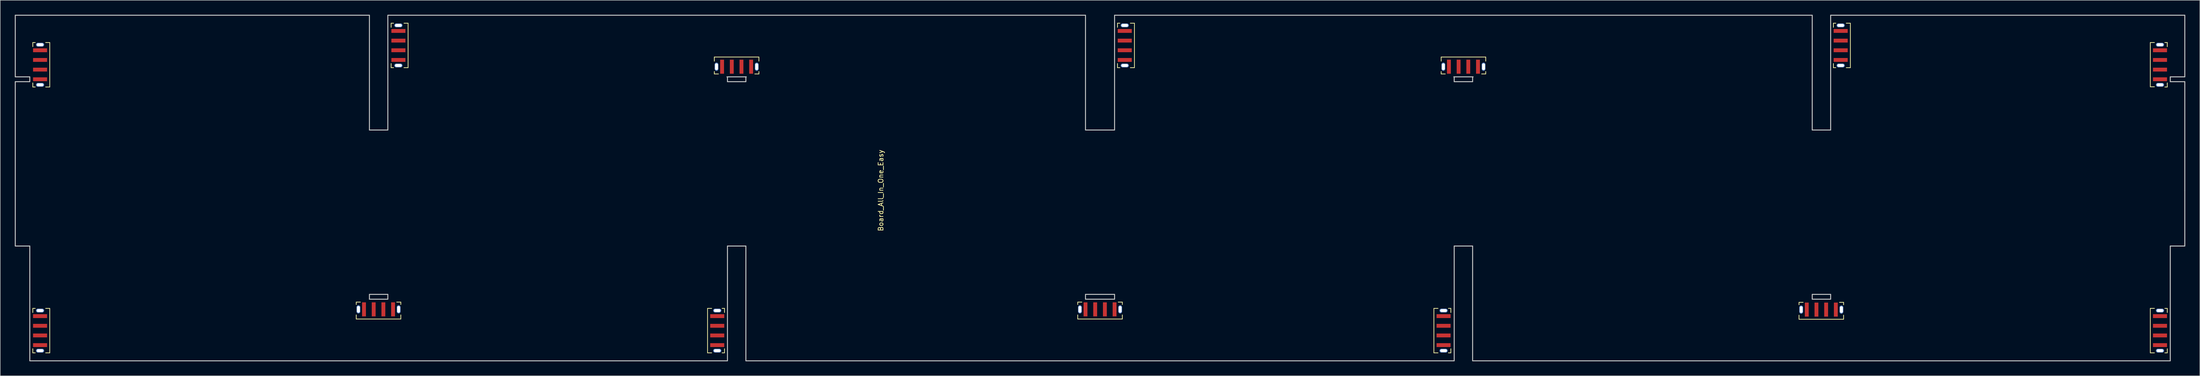
<source format=kicad_pcb>
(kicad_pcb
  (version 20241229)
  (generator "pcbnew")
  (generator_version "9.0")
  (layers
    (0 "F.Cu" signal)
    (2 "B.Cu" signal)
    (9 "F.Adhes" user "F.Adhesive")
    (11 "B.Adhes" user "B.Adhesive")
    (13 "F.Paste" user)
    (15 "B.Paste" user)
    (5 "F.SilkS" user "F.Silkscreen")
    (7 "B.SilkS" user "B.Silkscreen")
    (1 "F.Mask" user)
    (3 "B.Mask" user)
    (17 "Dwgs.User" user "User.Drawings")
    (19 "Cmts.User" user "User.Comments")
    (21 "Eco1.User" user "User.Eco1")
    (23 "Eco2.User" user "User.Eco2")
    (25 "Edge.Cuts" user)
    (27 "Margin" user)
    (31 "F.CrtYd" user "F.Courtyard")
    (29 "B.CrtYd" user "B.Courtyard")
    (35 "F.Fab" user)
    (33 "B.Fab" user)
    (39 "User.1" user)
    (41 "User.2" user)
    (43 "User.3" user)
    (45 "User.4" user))
  (footprint "Board_All_In_One_Easy"
    (layer "F.Cu")
    (at 223.97 35.85)
    (property "Reference" "Board_All_In_One_Easy" (at -45.25 0.5 90) (layer "F.SilkS") (effects (font (size 1 1) (thickness 0.153))))
    (attr through_hole)
    (fp_line (start -220.25 -30.1) (end -220.25 -29.25) (stroke (width 0.15) (type solid)) (layer "F.SilkS"))
    (fp_line (start -220.25 -21.75) (end -220.25 -20.9) (stroke (width 0.15) (type solid)) (layer "F.SilkS"))
    (fp_line (start -220.25 24.9) (end -220.25 25.75) (stroke (width 0.15) (type solid)) (layer "F.SilkS"))
    (fp_line (start -220.25 33.25) (end -220.25 34.1) (stroke (width 0.15) (type solid)) (layer "F.SilkS"))
    (fp_line (start -219.75 -30.1) (end -220.25 -30.1) (stroke (width 0.15) (type solid)) (layer "F.SilkS"))
    (fp_line (start -219.75 -20.9) (end -220.25 -20.9) (stroke (width 0.15) (type solid)) (layer "F.SilkS"))
    (fp_line (start -219.75 24.9) (end -220.25 24.9) (stroke (width 0.15) (type solid)) (layer "F.SilkS"))
    (fp_line (start -219.75 34.1) (end -220.25 34.1) (stroke (width 0.15) (type solid)) (layer "F.SilkS"))
    (fp_line (start -217.6 34.1) (end -216.75 34.1) (stroke (width 0.15) (type solid)) (layer "F.SilkS"))
    (fp_line (start -216.75 -30.1) (end -217.6 -30.1) (stroke (width 0.15) (type solid)) (layer "F.SilkS"))
    (fp_line (start -216.75 -30.1) (end -216.75 -20.9) (stroke (width 0.15) (type solid)) (layer "F.SilkS"))
    (fp_line (start -216.75 -20.9) (end -217.6 -20.9) (stroke (width 0.15) (type solid)) (layer "F.SilkS"))
    (fp_line (start -216.75 24.9) (end -217.6 24.9) (stroke (width 0.15) (type solid)) (layer "F.SilkS"))
    (fp_line (start -216.75 24.9) (end -216.75 34.1) (stroke (width 0.15) (type solid)) (layer "F.SilkS"))
    (fp_line (start -153.5 23.6) (end -152.65 23.6) (stroke (width 0.15) (type solid)) (layer "F.SilkS"))
    (fp_line (start -153.5 24.1) (end -153.5 23.6) (stroke (width 0.15) (type solid)) (layer "F.SilkS"))
    (fp_line (start -153.5 26.25) (end -153.5 27.1) (stroke (width 0.15) (type solid)) (layer "F.SilkS"))
    (fp_line (start -153.5 27.1) (end -144.3 27.1) (stroke (width 0.15) (type solid)) (layer "F.SilkS"))
    (fp_line (start -146.3 -34.1) (end -146.3 -33.25) (stroke (width 0.15) (type solid)) (layer "F.SilkS"))
    (fp_line (start -146.3 -25.75) (end -146.3 -24.9) (stroke (width 0.15) (type solid)) (layer "F.SilkS"))
    (fp_line (start -145.8 -34.1) (end -146.3 -34.1) (stroke (width 0.15) (type solid)) (layer "F.SilkS"))
    (fp_line (start -145.8 -24.9) (end -146.3 -24.9) (stroke (width 0.15) (type solid)) (layer "F.SilkS"))
    (fp_line (start -144.3 23.6) (end -145.15 23.6) (stroke (width 0.15) (type solid)) (layer "F.SilkS"))
    (fp_line (start -144.3 24.1) (end -144.3 23.6) (stroke (width 0.15) (type solid)) (layer "F.SilkS"))
    (fp_line (start -144.3 26.25) (end -144.3 27.1) (stroke (width 0.15) (type solid)) (layer "F.SilkS"))
    (fp_line (start -142.8 -34.1) (end -143.65 -34.1) (stroke (width 0.15) (type solid)) (layer "F.SilkS"))
    (fp_line (start -142.8 -34.1) (end -142.8 -24.9) (stroke (width 0.15) (type solid)) (layer "F.SilkS"))
    (fp_line (start -142.8 -24.9) (end -143.65 -24.9) (stroke (width 0.15) (type solid)) (layer "F.SilkS"))
    (fp_line (start -81 24.9) (end -81 34.1) (stroke (width 0.15) (type solid)) (layer "F.SilkS"))
    (fp_line (start -81 24.9) (end -80.15 24.9) (stroke (width 0.15) (type solid)) (layer "F.SilkS"))
    (fp_line (start -81 34.1) (end -80.15 34.1) (stroke (width 0.15) (type solid)) (layer "F.SilkS"))
    (fp_line (start -79.6 -27.1) (end -70.4 -27.1) (stroke (width 0.15) (type solid)) (layer "F.SilkS"))
    (fp_line (start -79.6 -26.25) (end -79.6 -27.1) (stroke (width 0.15) (type solid)) (layer "F.SilkS"))
    (fp_line (start -79.6 -23.6) (end -79.6 -24.1) (stroke (width 0.15) (type solid)) (layer "F.SilkS"))
    (fp_line (start -79.6 -23.6) (end -78.75 -23.6) (stroke (width 0.15) (type solid)) (layer "F.SilkS"))
    (fp_line (start -78 24.9) (end -77.5 24.9) (stroke (width 0.15) (type solid)) (layer "F.SilkS"))
    (fp_line (start -78 34.1) (end -77.5 34.1) (stroke (width 0.15) (type solid)) (layer "F.SilkS"))
    (fp_line (start -77.5 25.75) (end -77.5 24.9) (stroke (width 0.15) (type solid)) (layer "F.SilkS"))
    (fp_line (start -77.5 34.1) (end -77.5 33.25) (stroke (width 0.15) (type solid)) (layer "F.SilkS"))
    (fp_line (start -71.25 -23.6) (end -70.4 -23.6) (stroke (width 0.15) (type solid)) (layer "F.SilkS"))
    (fp_line (start -70.4 -27.1) (end -70.4 -26.25) (stroke (width 0.15) (type solid)) (layer "F.SilkS"))
    (fp_line (start -70.4 -24.1) (end -70.4 -23.6) (stroke (width 0.15) (type solid)) (layer "F.SilkS"))
    (fp_line (start -4.6 23.6) (end -3.75 23.6) (stroke (width 0.15) (type solid)) (layer "F.SilkS"))
    (fp_line (start -4.6 24.1) (end -4.6 23.6) (stroke (width 0.15) (type solid)) (layer "F.SilkS"))
    (fp_line (start -4.6 26.25) (end -4.6 27.1) (stroke (width 0.15) (type solid)) (layer "F.SilkS"))
    (fp_line (start -4.6 27.1) (end 4.6 27.1) (stroke (width 0.15) (type solid)) (layer "F.SilkS"))
    (fp_line (start 3.6 -34.1) (end 3.6 -33.25) (stroke (width 0.15) (type solid)) (layer "F.SilkS"))
    (fp_line (start 3.6 -25.75) (end 3.6 -24.9) (stroke (width 0.15) (type solid)) (layer "F.SilkS"))
    (fp_line (start 4.1 -34.1) (end 3.6 -34.1) (stroke (width 0.15) (type solid)) (layer "F.SilkS"))
    (fp_line (start 4.1 -24.9) (end 3.6 -24.9) (stroke (width 0.15) (type solid)) (layer "F.SilkS"))
    (fp_line (start 4.6 23.6) (end 3.75 23.6) (stroke (width 0.15) (type solid)) (layer "F.SilkS"))
    (fp_line (start 4.6 24.1) (end 4.6 23.6) (stroke (width 0.15) (type solid)) (layer "F.SilkS"))
    (fp_line (start 4.6 26.25) (end 4.6 27.1) (stroke (width 0.15) (type solid)) (layer "F.SilkS"))
    (fp_line (start 7.1 -34.1) (end 6.25 -34.1) (stroke (width 0.15) (type solid)) (layer "F.SilkS"))
    (fp_line (start 7.1 -24.9) (end 6.25 -24.9) (stroke (width 0.15) (type solid)) (layer "F.SilkS"))
    (fp_line (start 7.1 -24.9) (end 7.1 -34.1) (stroke (width 0.15) (type solid)) (layer "F.SilkS"))
    (fp_line (start 68.9 24.9) (end 68.9 34.1) (stroke (width 0.15) (type solid)) (layer "F.SilkS"))
    (fp_line (start 68.9 24.9) (end 69.75 24.9) (stroke (width 0.15) (type solid)) (layer "F.SilkS"))
    (fp_line (start 68.9 34.1) (end 69.75 34.1) (stroke (width 0.15) (type solid)) (layer "F.SilkS"))
    (fp_line (start 70.4 -27.1) (end 70.4 -26.25) (stroke (width 0.15) (type solid)) (layer "F.SilkS"))
    (fp_line (start 70.4 -27.1) (end 79.6 -27.1) (stroke (width 0.15) (type solid)) (layer "F.SilkS"))
    (fp_line (start 70.4 -24.1) (end 70.4 -23.6) (stroke (width 0.15) (type solid)) (layer "F.SilkS"))
    (fp_line (start 70.4 -23.6) (end 71.25 -23.6) (stroke (width 0.15) (type solid)) (layer "F.SilkS"))
    (fp_line (start 71.9 24.9) (end 72.4 24.9) (stroke (width 0.15) (type solid)) (layer "F.SilkS"))
    (fp_line (start 71.9 34.1) (end 72.4 34.1) (stroke (width 0.15) (type solid)) (layer "F.SilkS"))
    (fp_line (start 72.4 25.75) (end 72.4 24.9) (stroke (width 0.15) (type solid)) (layer "F.SilkS"))
    (fp_line (start 72.4 34.1) (end 72.4 33.25) (stroke (width 0.15) (type solid)) (layer "F.SilkS"))
    (fp_line (start 78.75 -23.6) (end 79.6 -23.6) (stroke (width 0.15) (type solid)) (layer "F.SilkS"))
    (fp_line (start 79.6 -27.1) (end 79.6 -26.25) (stroke (width 0.15) (type solid)) (layer "F.SilkS"))
    (fp_line (start 79.6 -24.1) (end 79.6 -23.6) (stroke (width 0.15) (type solid)) (layer "F.SilkS"))
    (fp_line (start 144.25 23.65) (end 145.1 23.65) (stroke (width 0.15) (type solid)) (layer "F.SilkS"))
    (fp_line (start 144.25 24.15) (end 144.25 23.65) (stroke (width 0.15) (type solid)) (layer "F.SilkS"))
    (fp_line (start 144.25 26.3) (end 144.25 27.15) (stroke (width 0.15) (type solid)) (layer "F.SilkS"))
    (fp_line (start 144.25 27.15) (end 153.45 27.15) (stroke (width 0.15) (type solid)) (layer "F.SilkS"))
    (fp_line (start 151.35 -34.1) (end 151.35 -33.25) (stroke (width 0.15) (type solid)) (layer "F.SilkS"))
    (fp_line (start 151.35 -34.1) (end 151.85 -34.1) (stroke (width 0.15) (type solid)) (layer "F.SilkS"))
    (fp_line (start 151.35 -25.75) (end 151.35 -24.9) (stroke (width 0.15) (type solid)) (layer "F.SilkS"))
    (fp_line (start 151.35 -24.9) (end 151.85 -24.9) (stroke (width 0.15) (type solid)) (layer "F.SilkS"))
    (fp_line (start 153.45 23.65) (end 152.6 23.65) (stroke (width 0.15) (type solid)) (layer "F.SilkS"))
    (fp_line (start 153.45 24.15) (end 153.45 23.65) (stroke (width 0.15) (type solid)) (layer "F.SilkS"))
    (fp_line (start 153.45 26.3) (end 153.45 27.15) (stroke (width 0.15) (type solid)) (layer "F.SilkS"))
    (fp_line (start 154.85 -34.1) (end 154 -34.1) (stroke (width 0.15) (type solid)) (layer "F.SilkS"))
    (fp_line (start 154.85 -34.1) (end 154.85 -24.9) (stroke (width 0.15) (type solid)) (layer "F.SilkS"))
    (fp_line (start 154.85 -24.9) (end 154 -24.9) (stroke (width 0.15) (type solid)) (layer "F.SilkS"))
    (fp_line (start 216.75 -30.1) (end 216.75 -20.94) (stroke (width 0.15) (type solid)) (layer "F.SilkS"))
    (fp_line (start 216.75 -30.1) (end 217.6 -30.1) (stroke (width 0.15) (type solid)) (layer "F.SilkS"))
    (fp_line (start 216.75 -20.94) (end 217.6 -20.94) (stroke (width 0.15) (type solid)) (layer "F.SilkS"))
    (fp_line (start 216.75 24.9) (end 216.75 34.1) (stroke (width 0.15) (type solid)) (layer "F.SilkS"))
    (fp_line (start 216.75 24.9) (end 217.6 24.9) (stroke (width 0.15) (type solid)) (layer "F.SilkS"))
    (fp_line (start 216.75 34.1) (end 217.6 34.1) (stroke (width 0.15) (type solid)) (layer "F.SilkS"))
    (fp_line (start 219.75 -30.1) (end 220.25 -30.1) (stroke (width 0.15) (type solid)) (layer "F.SilkS"))
    (fp_line (start 219.75 -20.9) (end 220.25 -20.9) (stroke (width 0.15) (type solid)) (layer "F.SilkS"))
    (fp_line (start 219.75 24.9) (end 220.25 24.9) (stroke (width 0.15) (type solid)) (layer "F.SilkS"))
    (fp_line (start 219.75 34.1) (end 220.25 34.1) (stroke (width 0.15) (type solid)) (layer "F.SilkS"))
    (fp_line (start 220.25 -30.1) (end 220.25 -29.25) (stroke (width 0.15) (type solid)) (layer "F.SilkS"))
    (fp_line (start 220.25 -20.9) (end 220.25 -21.75) (stroke (width 0.15) (type solid)) (layer "F.SilkS"))
    (fp_line (start 220.25 25.75) (end 220.25 24.9) (stroke (width 0.15) (type solid)) (layer "F.SilkS"))
    (fp_line (start 220.25 34.1) (end 220.25 33.25) (stroke (width 0.15) (type solid)) (layer "F.SilkS"))
    (fp_line (start -223.87 -35.75) (end -223.87 -23) (stroke (width 0.2) (type solid)) (layer "Dwgs.User"))
    (fp_line (start -223.87 -23) (end -220.87 -23) (stroke (width 0.2) (type solid)) (layer "Dwgs.User"))
    (fp_line (start -223.87 -22) (end -223.87 0.5) (stroke (width 0.2) (type solid)) (layer "Dwgs.User"))
    (fp_line (start -223.87 0.5) (end -223.87 12) (stroke (width 0.2) (type solid)) (layer "Dwgs.User"))
    (fp_line (start -223.87 12) (end -220.87 12) (stroke (width 0.2) (type solid)) (layer "Dwgs.User"))
    (fp_line (start -220.87 -23) (end -220.87 -22) (stroke (width 0.2) (type solid)) (layer "Dwgs.User"))
    (fp_line (start -220.87 -22) (end -223.87 -22) (stroke (width 0.2) (type solid)) (layer "Dwgs.User"))
    (fp_line (start -220.87 12) (end -220.87 35.75) (stroke (width 0.2) (type solid)) (layer "Dwgs.User"))
    (fp_line (start -220.87 35.75) (end -76.89 35.75) (stroke (width 0.2) (type solid)) (layer "Dwgs.User"))
    (fp_line (start -150.78 -35.75) (end -223.87 -35.75) (stroke (width 0.2) (type solid)) (layer "Dwgs.User"))
    (fp_line (start -150.78 -12) (end -150.78 -35.75) (stroke (width 0.2) (type solid)) (layer "Dwgs.User"))
    (fp_line (start -150.78 22) (end -146.98 22) (stroke (width 0.2) (type solid)) (layer "Dwgs.User"))
    (fp_line (start -150.78 23) (end -150.78 22) (stroke (width 0.2) (type solid)) (layer "Dwgs.User"))
    (fp_line (start -147 23) (end -150.8 23) (stroke (width 0.2) (type solid)) (layer "Dwgs.User"))
    (fp_line (start -146.98 -35.75) (end -146.98 -12) (stroke (width 0.2) (type solid)) (layer "Dwgs.User"))
    (fp_line (start -146.98 -12) (end -150.78 -12) (stroke (width 0.2) (type solid)) (layer "Dwgs.User"))
    (fp_line (start -146.98 22) (end -146.98 23) (stroke (width 0.2) (type solid)) (layer "Dwgs.User"))
    (fp_line (start -77 -23) (end -73 -23) (stroke (width 0.2) (type solid)) (layer "Dwgs.User"))
    (fp_line (start -76.89 -22) (end -76.89 -23) (stroke (width 0.2) (type solid)) (layer "Dwgs.User"))
    (fp_line (start -76.89 12) (end -73.09 12) (stroke (width 0.2) (type solid)) (layer "Dwgs.User"))
    (fp_line (start -76.89 35.75) (end -76.89 12) (stroke (width 0.2) (type solid)) (layer "Dwgs.User"))
    (fp_line (start -73.09 -23) (end -73.09 -22) (stroke (width 0.2) (type solid)) (layer "Dwgs.User"))
    (fp_line (start -73.09 -22) (end -76.89 -22) (stroke (width 0.2) (type solid)) (layer "Dwgs.User"))
    (fp_line (start -73.09 12) (end -73.09 35.75) (stroke (width 0.2) (type solid)) (layer "Dwgs.User"))
    (fp_line (start -73.09 35.75) (end 73.09 35.75) (stroke (width 0.2) (type solid)) (layer "Dwgs.User"))
    (fp_line (start -3 -12) (end -3 -35.75) (stroke (width 0.2) (type solid)) (layer "Dwgs.User"))
    (fp_line (start -3 22) (end 3 22) (stroke (width 0.2) (type solid)) (layer "Dwgs.User"))
    (fp_line (start -3 23) (end -3 22) (stroke (width 0.2) (type solid)) (layer "Dwgs.User"))
    (fp_line (start -3 -35.75) (end -146.98 -35.75) (stroke (width 0.2) (type solid)) (layer "Dwgs.User"))
    (fp_line (start 3 -35.75) (end 3 -12) (stroke (width 0.2) (type solid)) (layer "Dwgs.User"))
    (fp_line (start 3 22) (end 3 23) (stroke (width 0.2) (type solid)) (layer "Dwgs.User"))
    (fp_line (start 3 -12) (end -3 -12) (stroke (width 0.2) (type solid)) (layer "Dwgs.User"))
    (fp_line (start 3 23) (end -3 23) (stroke (width 0.2) (type solid)) (layer "Dwgs.User"))
    (fp_line (start 73 -23) (end 77 -23) (stroke (width 0.2) (type solid)) (layer "Dwgs.User"))
    (fp_line (start 73.09 -22) (end 73.09 -23) (stroke (width 0.2) (type solid)) (layer "Dwgs.User"))
    (fp_line (start 73.09 12) (end 76.89 12) (stroke (width 0.2) (type solid)) (layer "Dwgs.User"))
    (fp_line (start 73.09 35.75) (end 73.09 12) (stroke (width 0.2) (type solid)) (layer "Dwgs.User"))
    (fp_line (start 76.89 -23) (end 76.89 -22) (stroke (width 0.2) (type solid)) (layer "Dwgs.User"))
    (fp_line (start 76.89 -22) (end 73.09 -22) (stroke (width 0.2) (type solid)) (layer "Dwgs.User"))
    (fp_line (start 76.89 12) (end 76.89 35.75) (stroke (width 0.2) (type solid)) (layer "Dwgs.User"))
    (fp_line (start 76.89 35.75) (end 220.87 35.75) (stroke (width 0.2) (type solid)) (layer "Dwgs.User"))
    (fp_line (start 146.98 -35.75) (end 3 -35.75) (stroke (width 0.2) (type solid)) (layer "Dwgs.User"))
    (fp_line (start 146.98 -12) (end 146.98 -35.75) (stroke (width 0.2) (type solid)) (layer "Dwgs.User"))
    (fp_line (start 146.98 23) (end 146.98 22) (stroke (width 0.2) (type solid)) (layer "Dwgs.User"))
    (fp_line (start 150.78 -35.75) (end 150.78 -12) (stroke (width 0.2) (type solid)) (layer "Dwgs.User"))
    (fp_line (start 150.78 -12) (end 146.98 -12) (stroke (width 0.2) (type solid)) (layer "Dwgs.User"))
    (fp_line (start 150.78 22) (end 147 22) (stroke (width 0.2) (type solid)) (layer "Dwgs.User"))
    (fp_line (start 150.78 22) (end 150.78 23) (stroke (width 0.2) (type solid)) (layer "Dwgs.User"))
    (fp_line (start 150.78 23) (end 147 23) (stroke (width 0.2) (type solid)) (layer "Dwgs.User"))
    (fp_line (start 220.87 -23) (end 223.87 -23) (stroke (width 0.2) (type solid)) (layer "Dwgs.User"))
    (fp_line (start 220.87 -22) (end 220.87 -23) (stroke (width 0.2) (type solid)) (layer "Dwgs.User"))
    (fp_line (start 220.87 12) (end 223.87 12) (stroke (width 0.2) (type solid)) (layer "Dwgs.User"))
    (fp_line (start 220.87 35.75) (end 220.87 12) (stroke (width 0.2) (type solid)) (layer "Dwgs.User"))
    (fp_line (start 223.87 -35.75) (end 150.78 -35.75) (stroke (width 0.2) (type solid)) (layer "Dwgs.User"))
    (fp_line (start 223.87 -23) (end 223.87 -35.75) (stroke (width 0.2) (type solid)) (layer "Dwgs.User"))
    (fp_line (start 223.87 -22) (end 220.87 -22) (stroke (width 0.2) (type solid)) (layer "Dwgs.User"))
    (fp_line (start 223.87 0.5) (end 223.87 -22) (stroke (width 0.2) (type solid)) (layer "Dwgs.User"))
    (fp_line (start 223.87 12) (end 223.87 0.5) (stroke (width 0.2) (type solid)) (layer "Dwgs.User"))
    (pad "1" smd rect (at -218.75 26.5 270) (size 0.8 2.9) (layers "F.Cu" "F.Mask" "F.Paste"))
    (pad "1" smd rect (at -218.75 28.5 270) (size 0.8 2.9) (layers "F.Cu" "F.Mask" "F.Paste"))
    (pad "1" smd rect (at -218.75 30.5 270) (size 0.8 2.9) (layers "F.Cu" "F.Mask" "F.Paste"))
    (pad "1" smd rect (at -218.75 32.5 270) (size 0.8 2.9) (layers "F.Cu" "F.Mask" "F.Paste"))
    (pad "2" smd rect (at -151.9 25.1) (size 0.8 2.9) (layers "F.Cu" "F.Mask" "F.Paste"))
    (pad "2" smd rect (at -149.9 25.1) (size 0.8 2.9) (layers "F.Cu" "F.Mask" "F.Paste"))
    (pad "3" smd rect (at -218.75 -28.5 270) (size 0.8 2.9) (layers "F.Cu" "F.Mask" "F.Paste"))
    (pad "3" smd rect (at -218.75 -26.5 270) (size 0.8 2.9) (layers "F.Cu" "F.Mask" "F.Paste"))
    (pad "3" smd rect (at -218.75 -24.5 270) (size 0.8 2.9) (layers "F.Cu" "F.Mask" "F.Paste"))
    (pad "3" smd rect (at -218.75 -22.5 270) (size 0.8 2.9) (layers "F.Cu" "F.Mask" "F.Paste"))
    (pad "4" smd rect (at -144.8 -32.5 270) (size 0.8 2.9) (layers "F.Cu" "F.Mask" "F.Paste"))
    (pad "4" smd rect (at -144.8 -30.5 270) (size 0.8 2.9) (layers "F.Cu" "F.Mask" "F.Paste"))
    (pad "4" smd rect (at -144.8 -28.5 270) (size 0.8 2.9) (layers "F.Cu" "F.Mask" "F.Paste"))
    (pad "4" smd rect (at -144.8 -26.5 270) (size 0.8 2.9) (layers "F.Cu" "F.Mask" "F.Paste"))
    (pad "5" smd rect (at -78 -25.1) (size 0.8 2.9) (layers "F.Cu" "F.Mask" "F.Paste"))
    (pad "5" smd rect (at -76 -25.1) (size 0.8 2.9) (layers "F.Cu" "F.Mask" "F.Paste"))
    (pad "6" smd rect (at -147.9 25.1) (size 0.8 2.9) (layers "F.Cu" "F.Mask" "F.Paste"))
    (pad "6" smd rect (at -145.9 25.1) (size 0.8 2.9) (layers "F.Cu" "F.Mask" "F.Paste"))
    (pad "7" smd rect (at -79 26.5 90) (size 0.8 2.9) (layers "F.Cu" "F.Mask" "F.Paste"))
    (pad "7" smd rect (at -79 28.5 90) (size 0.8 2.9) (layers "F.Cu" "F.Mask" "F.Paste"))
    (pad "7" smd rect (at -79 30.5 90) (size 0.8 2.9) (layers "F.Cu" "F.Mask" "F.Paste"))
    (pad "7" smd rect (at -79 32.5 90) (size 0.8 2.9) (layers "F.Cu" "F.Mask" "F.Paste"))
    (pad "8" smd rect (at -3 25.1) (size 0.8 2.9) (layers "F.Cu" "F.Mask" "F.Paste"))
    (pad "8" smd rect (at -1 25.1) (size 0.8 2.9) (layers "F.Cu" "F.Mask" "F.Paste"))
    (pad "9" smd rect (at -74 -25.1) (size 0.8 2.9) (layers "F.Cu" "F.Mask" "F.Paste"))
    (pad "9" smd rect (at -72 -25.1) (size 0.8 2.9) (layers "F.Cu" "F.Mask" "F.Paste"))
    (pad "10" smd rect (at 5.1 -32.5 270) (size 0.8 2.9) (layers "F.Cu" "F.Mask" "F.Paste"))
    (pad "10" smd rect (at 5.1 -30.5 270) (size 0.8 2.9) (layers "F.Cu" "F.Mask" "F.Paste"))
    (pad "10" smd rect (at 5.1 -28.5 270) (size 0.8 2.9) (layers "F.Cu" "F.Mask" "F.Paste"))
    (pad "10" smd rect (at 5.1 -26.5 270) (size 0.8 2.9) (layers "F.Cu" "F.Mask" "F.Paste"))
    (pad "11" smd rect (at 72 -25.1) (size 0.8 2.9) (layers "F.Cu" "F.Mask" "F.Paste"))
    (pad "11" smd rect (at 74 -25.1) (size 0.8 2.9) (layers "F.Cu" "F.Mask" "F.Paste"))
    (pad "12" smd rect (at 1 25.1) (size 0.8 2.9) (layers "F.Cu" "F.Mask" "F.Paste"))
    (pad "12" smd rect (at 3 25.1) (size 0.8 2.9) (layers "F.Cu" "F.Mask" "F.Paste"))
    (pad "13" smd rect (at 70.9 26.5 90) (size 0.8 2.9) (layers "F.Cu" "F.Mask" "F.Paste"))
    (pad "13" smd rect (at 70.9 28.5 90) (size 0.8 2.9) (layers "F.Cu" "F.Mask" "F.Paste"))
    (pad "13" smd rect (at 70.9 30.5 90) (size 0.8 2.9) (layers "F.Cu" "F.Mask" "F.Paste"))
    (pad "13" smd rect (at 70.9 32.5 90) (size 0.8 2.9) (layers "F.Cu" "F.Mask" "F.Paste"))
    (pad "14" smd rect (at 145.85 25.15) (size 0.8 2.9) (layers "F.Cu" "F.Mask" "F.Paste"))
    (pad "14" smd rect (at 147.85 25.15) (size 0.8 2.9) (layers "F.Cu" "F.Mask" "F.Paste"))
    (pad "15" smd rect (at 76 -25.1) (size 0.8 2.9) (layers "F.Cu" "F.Mask" "F.Paste"))
    (pad "15" smd rect (at 78 -25.1) (size 0.8 2.9) (layers "F.Cu" "F.Mask" "F.Paste"))
    (pad "16" smd rect (at 152.85 -32.5 270) (size 0.8 2.9) (layers "F.Cu" "F.Mask" "F.Paste"))
    (pad "16" smd rect (at 152.85 -30.5 270) (size 0.8 2.9) (layers "F.Cu" "F.Mask" "F.Paste"))
    (pad "16" smd rect (at 152.85 -28.5 270) (size 0.8 2.9) (layers "F.Cu" "F.Mask" "F.Paste"))
    (pad "16" smd rect (at 152.85 -26.5 270) (size 0.8 2.9) (layers "F.Cu" "F.Mask" "F.Paste"))
    (pad "17" smd rect (at 218.75 -28.5 270) (size 0.8 2.9) (layers "F.Cu" "F.Mask" "F.Paste"))
    (pad "17" smd rect (at 218.75 -26.5 270) (size 0.8 2.9) (layers "F.Cu" "F.Mask" "F.Paste"))
    (pad "17" smd rect (at 218.75 -24.5 270) (size 0.8 2.9) (layers "F.Cu" "F.Mask" "F.Paste"))
    (pad "17" smd rect (at 218.75 -22.5 270) (size 0.8 2.9) (layers "F.Cu" "F.Mask" "F.Paste"))
    (pad "18" smd rect (at 149.85 25.15) (size 0.8 2.9) (layers "F.Cu" "F.Mask" "F.Paste"))
    (pad "18" smd rect (at 151.85 25.15) (size 0.8 2.9) (layers "F.Cu" "F.Mask" "F.Paste"))
    (pad "19" smd rect (at 218.75 26.5 90) (size 0.8 2.9) (layers "F.Cu" "F.Mask" "F.Paste"))
    (pad "19" smd rect (at 218.75 28.5 90) (size 0.8 2.9) (layers "F.Cu" "F.Mask" "F.Paste"))
    (pad "19" smd rect (at 218.75 30.5 90) (size 0.8 2.9) (layers "F.Cu" "F.Mask" "F.Paste"))
    (pad "19" smd rect (at 218.75 32.5 90) (size 0.8 2.9) (layers "F.Cu" "F.Mask" "F.Paste"))
    (pad "~" thru_hole oval (at -218.75 -29.65) (size 1.7 0.8) (drill oval 1.4 0.6) (layers "*.Cu" "*.Mask"))
    (pad "~" thru_hole oval (at -218.75 -21.35) (size 1.7 0.8) (drill oval 1.4 0.6) (layers "*.Cu" "*.Mask"))
    (pad "~" thru_hole oval (at -218.75 25.35) (size 1.7 0.8) (drill oval 1.4 0.6) (layers "*.Cu" "*.Mask"))
    (pad "~" thru_hole oval (at -218.75 33.65) (size 1.7 0.8) (drill oval 1.4 0.6) (layers "*.Cu" "*.Mask"))
    (pad "~" thru_hole oval (at -153.05 25.1 90) (size 1.7 0.8) (drill oval 1.4 0.6) (layers "*.Cu" "*.Mask"))
    (pad "~" thru_hole oval (at -144.8 -33.65) (size 1.7 0.8) (drill oval 1.4 0.6) (layers "*.Cu" "*.Mask"))
    (pad "~" thru_hole oval (at -144.8 -25.35) (size 1.7 0.8) (drill oval 1.4 0.6) (layers "*.Cu" "*.Mask"))
    (pad "~" thru_hole oval (at -144.75 25.1 90) (size 1.7 0.8) (drill oval 1.4 0.6) (layers "*.Cu" "*.Mask"))
    (pad "~" thru_hole oval (at -79.15 -25.1 90) (size 1.7 0.8) (drill oval 1.4 0.6) (layers "*.Cu" "*.Mask"))
    (pad "~" thru_hole oval (at -79 25.35 180) (size 1.7 0.8) (drill oval 1.4 0.6) (layers "*.Cu" "*.Mask"))
    (pad "~" thru_hole oval (at -79 33.65 180) (size 1.7 0.8) (drill oval 1.4 0.6) (layers "*.Cu" "*.Mask"))
    (pad "~" thru_hole oval (at -70.85 -25.1 90) (size 1.7 0.8) (drill oval 1.4 0.6) (layers "*.Cu" "*.Mask"))
    (pad "~" thru_hole oval (at -4.15 25.1 90) (size 1.7 0.8) (drill oval 1.4 0.6) (layers "*.Cu" "*.Mask"))
    (pad "~" thru_hole oval (at 4.15 25.1 90) (size 1.7 0.8) (drill oval 1.4 0.6) (layers "*.Cu" "*.Mask"))
    (pad "~" thru_hole oval (at 5.1 -33.65) (size 1.7 0.8) (drill oval 1.4 0.6) (layers "*.Cu" "*.Mask"))
    (pad "~" thru_hole oval (at 5.1 -25.35) (size 1.7 0.8) (drill oval 1.4 0.6) (layers "*.Cu" "*.Mask"))
    (pad "~" thru_hole oval (at 70.85 -25.1 90) (size 1.7 0.8) (drill oval 1.4 0.6) (layers "*.Cu" "*.Mask"))
    (pad "~" thru_hole oval (at 70.9 25.35 180) (size 1.7 0.8) (drill oval 1.4 0.6) (layers "*.Cu" "*.Mask"))
    (pad "~" thru_hole oval (at 70.9 33.65 180) (size 1.7 0.8) (drill oval 1.4 0.6) (layers "*.Cu" "*.Mask"))
    (pad "~" thru_hole oval (at 79.15 -25.1 90) (size 1.7 0.8) (drill oval 1.4 0.6) (layers "*.Cu" "*.Mask"))
    (pad "~" thru_hole oval (at 144.7 25.15 90) (size 1.7 0.8) (drill oval 1.4 0.6) (layers "*.Cu" "*.Mask"))
    (pad "~" thru_hole oval (at 152.85 -33.65) (size 1.7 0.8) (drill oval 1.4 0.6) (layers "*.Cu" "*.Mask"))
    (pad "~" thru_hole oval (at 152.85 -25.35) (size 1.7 0.8) (drill oval 1.4 0.6) (layers "*.Cu" "*.Mask"))
    (pad "~" thru_hole oval (at 153 25.15 90) (size 1.7 0.8) (drill oval 1.4 0.6) (layers "*.Cu" "*.Mask"))
    (pad "~" thru_hole oval (at 218.75 -29.65) (size 1.7 0.8) (drill oval 1.4 0.6) (layers "*.Cu" "*.Mask"))
    (pad "~" thru_hole oval (at 218.75 -21.35) (size 1.7 0.8) (drill oval 1.4 0.6) (layers "*.Cu" "*.Mask"))
    (pad "~" thru_hole oval (at 218.75 25.35 180) (size 1.7 0.8) (drill oval 1.4 0.6) (layers "*.Cu" "*.Mask"))
    (pad "~" thru_hole oval (at 218.75 33.65 180) (size 1.7 0.8) (drill oval 1.4 0.6) (layers "*.Cu" "*.Mask")))
  (gr_rect
    (start -3 -3)
    (end 450.94 74.7)
    (stroke (width 0.1) (type default))
    (fill no)
    (layer "Edge.Cuts")))
</source>
